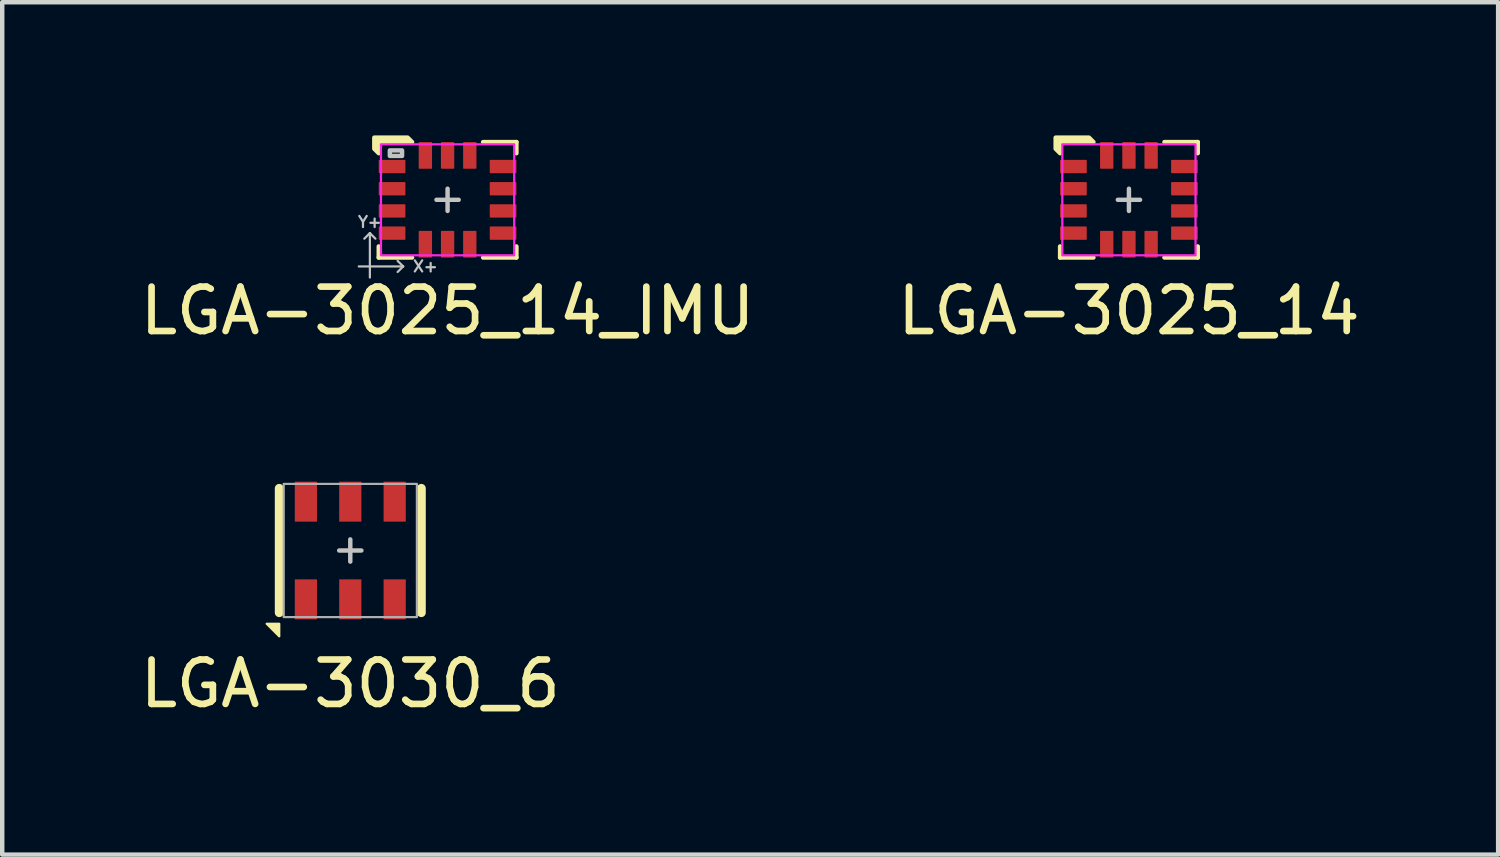
<source format=kicad_pcb>
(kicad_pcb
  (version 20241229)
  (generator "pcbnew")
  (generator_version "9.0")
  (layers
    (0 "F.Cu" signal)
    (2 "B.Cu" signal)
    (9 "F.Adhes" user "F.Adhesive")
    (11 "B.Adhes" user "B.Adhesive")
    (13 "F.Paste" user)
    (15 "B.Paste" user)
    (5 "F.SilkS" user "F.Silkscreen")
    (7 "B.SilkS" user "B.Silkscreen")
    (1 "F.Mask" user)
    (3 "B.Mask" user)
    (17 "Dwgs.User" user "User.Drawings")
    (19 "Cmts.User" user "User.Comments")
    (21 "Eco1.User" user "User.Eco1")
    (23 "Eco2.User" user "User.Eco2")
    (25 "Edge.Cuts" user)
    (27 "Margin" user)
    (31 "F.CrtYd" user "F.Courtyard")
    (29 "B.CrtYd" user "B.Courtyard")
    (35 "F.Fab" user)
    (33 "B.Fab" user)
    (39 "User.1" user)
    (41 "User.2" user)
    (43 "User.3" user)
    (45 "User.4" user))
  (footprint "LGA-3025_14"
    (layer "F.Cu")
    (at 22.375 1.45)
    (property "Reference" "LGA-3025_14" (at 0 2.5 0) (unlocked yes) (layer "F.SilkS") (effects (font (size 1 1) (thickness 0.15))))
    (attr smd)
    (fp_line (start -1.55 1.05) (end -1.55 1.3) (stroke (width 0.1) (type solid)) (layer "F.SilkS"))
    (fp_line (start -1.55 1.3) (end -0.8 1.3) (stroke (width 0.1) (type solid)) (layer "F.SilkS"))
    (fp_line (start 1.55 -1.3) (end 0.8 -1.3) (stroke (width 0.1) (type solid)) (layer "F.SilkS"))
    (fp_line (start 1.55 -1.05) (end 1.55 -1.3) (stroke (width 0.1) (type solid)) (layer "F.SilkS"))
    (fp_line (start 1.55 1.05) (end 1.55 1.3) (stroke (width 0.1) (type solid)) (layer "F.SilkS"))
    (fp_line (start 1.55 1.3) (end 0.8 1.3) (stroke (width 0.1) (type solid)) (layer "F.SilkS"))
    (fp_poly (pts (xy -0.8 -1.3) (xy -1.55 -1.3) (xy -1.55 -1.05) (xy -1.65 -1.15) (xy -1.65 -1.4) (xy -0.9 -1.4)) (stroke (width 0.1) (type solid)) (fill yes) (layer "F.SilkS"))
    (fp_line (start -0.25 0) (end 0.25 0) (stroke (width 0.1) (type solid)) (layer "Dwgs.User"))
    (fp_line (start 0 0.25) (end 0 -0.25) (stroke (width 0.1) (type solid)) (layer "Dwgs.User"))
    (fp_rect (start 1.5 1.25) (end -1.5 -1.25) (stroke (width 0.05) (type solid)) (fill no) (layer "F.CrtYd"))
    (pad "1" smd roundrect (at -1.25 -0.75) (size 0.6 0.3) (layers "F.Cu" "F.Mask" "F.Paste") (roundrect_rratio 0.05))
    (pad "2" smd roundrect (at -1.25 -0.25) (size 0.6 0.3) (layers "F.Cu" "F.Mask" "F.Paste") (roundrect_rratio 0.05))
    (pad "3" smd roundrect (at -1.25 0.25) (size 0.6 0.3) (layers "F.Cu" "F.Mask" "F.Paste") (roundrect_rratio 0.05))
    (pad "4" smd roundrect (at -1.25 0.75) (size 0.6 0.3) (layers "F.Cu" "F.Mask" "F.Paste") (roundrect_rratio 0.05))
    (pad "5" smd roundrect (at -0.5 1 90) (size 0.6 0.3) (layers "F.Cu" "F.Mask" "F.Paste") (roundrect_rratio 0.05))
    (pad "6" smd roundrect (at 0 1 90) (size 0.6 0.3) (layers "F.Cu" "F.Mask" "F.Paste") (roundrect_rratio 0.05))
    (pad "7" smd roundrect (at 0.5 1 90) (size 0.6 0.3) (layers "F.Cu" "F.Mask" "F.Paste") (roundrect_rratio 0.05))
    (pad "8" smd roundrect (at 1.25 0.75) (size 0.6 0.3) (layers "F.Cu" "F.Mask" "F.Paste") (roundrect_rratio 0.05))
    (pad "9" smd roundrect (at 1.25 0.25) (size 0.6 0.3) (layers "F.Cu" "F.Mask" "F.Paste") (roundrect_rratio 0.05))
    (pad "10" smd roundrect (at 1.25 -0.25) (size 0.6 0.3) (layers "F.Cu" "F.Mask" "F.Paste") (roundrect_rratio 0.05))
    (pad "11" smd roundrect (at 1.25 -0.75) (size 0.6 0.3) (layers "F.Cu" "F.Mask" "F.Paste") (roundrect_rratio 0.05))
    (pad "12" smd roundrect (at 0.5 -1 90) (size 0.6 0.3) (layers "F.Cu" "F.Mask" "F.Paste") (roundrect_rratio 0.05))
    (pad "13" smd roundrect (at 0 -1 90) (size 0.6 0.3) (layers "F.Cu" "F.Mask" "F.Paste") (roundrect_rratio 0.05))
    (pad "14" smd roundrect (at -0.5 -1 90) (size 0.6 0.3) (layers "F.Cu" "F.Mask" "F.Paste") (roundrect_rratio 0.05)))
  (footprint "LGA-3030_6"
    (layer "F.Cu")
    (at 4.839 9.348)
    (property "Reference" "LGA-3030_6" (at 0 3 0) (unlocked yes) (layer "F.SilkS") (effects (font (size 1 1) (thickness 0.15))))
    (attr smd)
    (fp_line (start -1.6 -1.4) (end -1.6 1.4) (stroke (width 0.2) (type solid)) (layer "F.SilkS"))
    (fp_line (start 1.6 -1.4) (end 1.6 1.4) (stroke (width 0.2) (type solid)) (layer "F.SilkS"))
    (fp_poly (pts (xy -1.883 1.65) (xy -1.6 1.65) (xy -1.6 1.933)) (stroke (width 0.05) (type solid)) (fill yes) (layer "F.SilkS"))
    (fp_line (start -0.25 0) (end 0.25 0) (stroke (width 0.1) (type solid)) (layer "Dwgs.User"))
    (fp_line (start 0 0.25) (end 0 -0.25) (stroke (width 0.1) (type solid)) (layer "Dwgs.User"))
    (fp_rect (start -1.5 -1.5) (end 1.5 1.5) (stroke (width 0.05) (type solid)) (fill no) (layer "F.Fab"))
    (pad "1" smd rect (at -1 1.1 90) (size 0.9 0.5) (layers "F.Cu" "F.Mask" "F.Paste"))
    (pad "2" smd rect (at 0 1.1 90) (size 0.9 0.5) (layers "F.Cu" "F.Mask" "F.Paste"))
    (pad "3" smd rect (at 1 1.1 90) (size 0.9 0.5) (layers "F.Cu" "F.Mask" "F.Paste"))
    (pad "4" smd rect (at 1 -1.1 90) (size 0.9 0.5) (layers "F.Cu" "F.Mask" "F.Paste"))
    (pad "5" smd rect (at 0 -1.1 90) (size 0.9 0.5) (layers "F.Cu" "F.Mask" "F.Paste"))
    (pad "6" smd rect (at -1 -1.1 90) (size 0.9 0.5) (layers "F.Cu" "F.Mask" "F.Paste")))
  (footprint "LGA-3025_14_IMU"
    (layer "F.Cu")
    (at 7.03 1.45)
    (property "Reference" "LGA-3025_14_IMU" (at 0 2.5 0) (unlocked yes) (layer "F.SilkS") (effects (font (size 1 1) (thickness 0.15))))
    (attr smd)
    (fp_line (start -1.55 1.05) (end -1.55 1.3) (stroke (width 0.1) (type solid)) (layer "F.SilkS"))
    (fp_line (start -1.55 1.3) (end -0.8 1.3) (stroke (width 0.1) (type solid)) (layer "F.SilkS"))
    (fp_line (start 1.55 -1.3) (end 0.8 -1.3) (stroke (width 0.1) (type solid)) (layer "F.SilkS"))
    (fp_line (start 1.55 -1.05) (end 1.55 -1.3) (stroke (width 0.1) (type solid)) (layer "F.SilkS"))
    (fp_line (start 1.55 1.05) (end 1.55 1.3) (stroke (width 0.1) (type solid)) (layer "F.SilkS"))
    (fp_line (start 1.55 1.3) (end 0.8 1.3) (stroke (width 0.1) (type solid)) (layer "F.SilkS"))
    (fp_poly (pts (xy -0.8 -1.3) (xy -1.55 -1.3) (xy -1.55 -1.05) (xy -1.65 -1.15) (xy -1.65 -1.4) (xy -0.9 -1.4)) (stroke (width 0.1) (type solid)) (fill yes) (layer "F.SilkS"))
    (fp_line (start -2 1.5) (end -1 1.5) (stroke (width 0.05) (type solid)) (layer "Dwgs.User"))
    (fp_line (start -1.75 0.75) (end -1.875 0.875) (stroke (width 0.05) (type solid)) (layer "Dwgs.User"))
    (fp_line (start -1.75 0.75) (end -1.625 0.875) (stroke (width 0.05) (type solid)) (layer "Dwgs.User"))
    (fp_line (start -1.75 1.75) (end -1.75 0.75) (stroke (width 0.05) (type solid)) (layer "Dwgs.User"))
    (fp_line (start -1 1.5) (end -1.125 1.375) (stroke (width 0.05) (type solid)) (layer "Dwgs.User"))
    (fp_line (start -1 1.5) (end -1.125 1.625) (stroke (width 0.05) (type solid)) (layer "Dwgs.User"))
    (fp_line (start -0.25 0) (end 0.25 0) (stroke (width 0.1) (type solid)) (layer "Dwgs.User"))
    (fp_line (start 0 0.25) (end 0 -0.25) (stroke (width 0.1) (type solid)) (layer "Dwgs.User"))
    (fp_rect (start -1.3 -1.113) (end -1.025 -0.988) (stroke (width 0.1) (type solid)) (fill no) (layer "Dwgs.User"))
    (fp_rect (start 1.5 1.25) (end -1.5 -1.25) (stroke (width 0.05) (type solid)) (fill no) (layer "F.CrtYd"))
    (fp_text user "X+" (at -0.5 1.5 0) (unlocked yes) (layer "Dwgs.User") (effects (font (size 0.25 0.25) (thickness 0.05))))
    (fp_text user "Y+" (at -1.75 0.5 0) (unlocked yes) (layer "Dwgs.User") (effects (font (size 0.25 0.25) (thickness 0.05))))
    (pad "1" smd roundrect (at -1.25 -0.75) (size 0.6 0.3) (layers "F.Cu" "F.Mask" "F.Paste") (roundrect_rratio 0.05))
    (pad "2" smd roundrect (at -1.25 -0.25) (size 0.6 0.3) (layers "F.Cu" "F.Mask" "F.Paste") (roundrect_rratio 0.05))
    (pad "3" smd roundrect (at -1.25 0.25) (size 0.6 0.3) (layers "F.Cu" "F.Mask" "F.Paste") (roundrect_rratio 0.05))
    (pad "4" smd roundrect (at -1.25 0.75) (size 0.6 0.3) (layers "F.Cu" "F.Mask" "F.Paste") (roundrect_rratio 0.05))
    (pad "5" smd roundrect (at -0.5 1 90) (size 0.6 0.3) (layers "F.Cu" "F.Mask" "F.Paste") (roundrect_rratio 0.05))
    (pad "6" smd roundrect (at 0 1 90) (size 0.6 0.3) (layers "F.Cu" "F.Mask" "F.Paste") (roundrect_rratio 0.05))
    (pad "7" smd roundrect (at 0.5 1 90) (size 0.6 0.3) (layers "F.Cu" "F.Mask" "F.Paste") (roundrect_rratio 0.05))
    (pad "8" smd roundrect (at 1.25 0.75) (size 0.6 0.3) (layers "F.Cu" "F.Mask" "F.Paste") (roundrect_rratio 0.05))
    (pad "9" smd roundrect (at 1.25 0.25) (size 0.6 0.3) (layers "F.Cu" "F.Mask" "F.Paste") (roundrect_rratio 0.05))
    (pad "10" smd roundrect (at 1.25 -0.25) (size 0.6 0.3) (layers "F.Cu" "F.Mask" "F.Paste") (roundrect_rratio 0.05))
    (pad "11" smd roundrect (at 1.25 -0.75) (size 0.6 0.3) (layers "F.Cu" "F.Mask" "F.Paste") (roundrect_rratio 0.05))
    (pad "12" smd roundrect (at 0.5 -1 90) (size 0.6 0.3) (layers "F.Cu" "F.Mask" "F.Paste") (roundrect_rratio 0.05))
    (pad "13" smd roundrect (at 0 -1 90) (size 0.6 0.3) (layers "F.Cu" "F.Mask" "F.Paste") (roundrect_rratio 0.05))
    (pad "14" smd roundrect (at -0.5 -1 90) (size 0.6 0.3) (layers "F.Cu" "F.Mask" "F.Paste") (roundrect_rratio 0.05)))
  (gr_rect
    (start -3 -3)
    (end 30.69 16.197)
    (stroke (width 0.1) (type default))
    (fill no)
    (layer "Edge.Cuts")))
</source>
